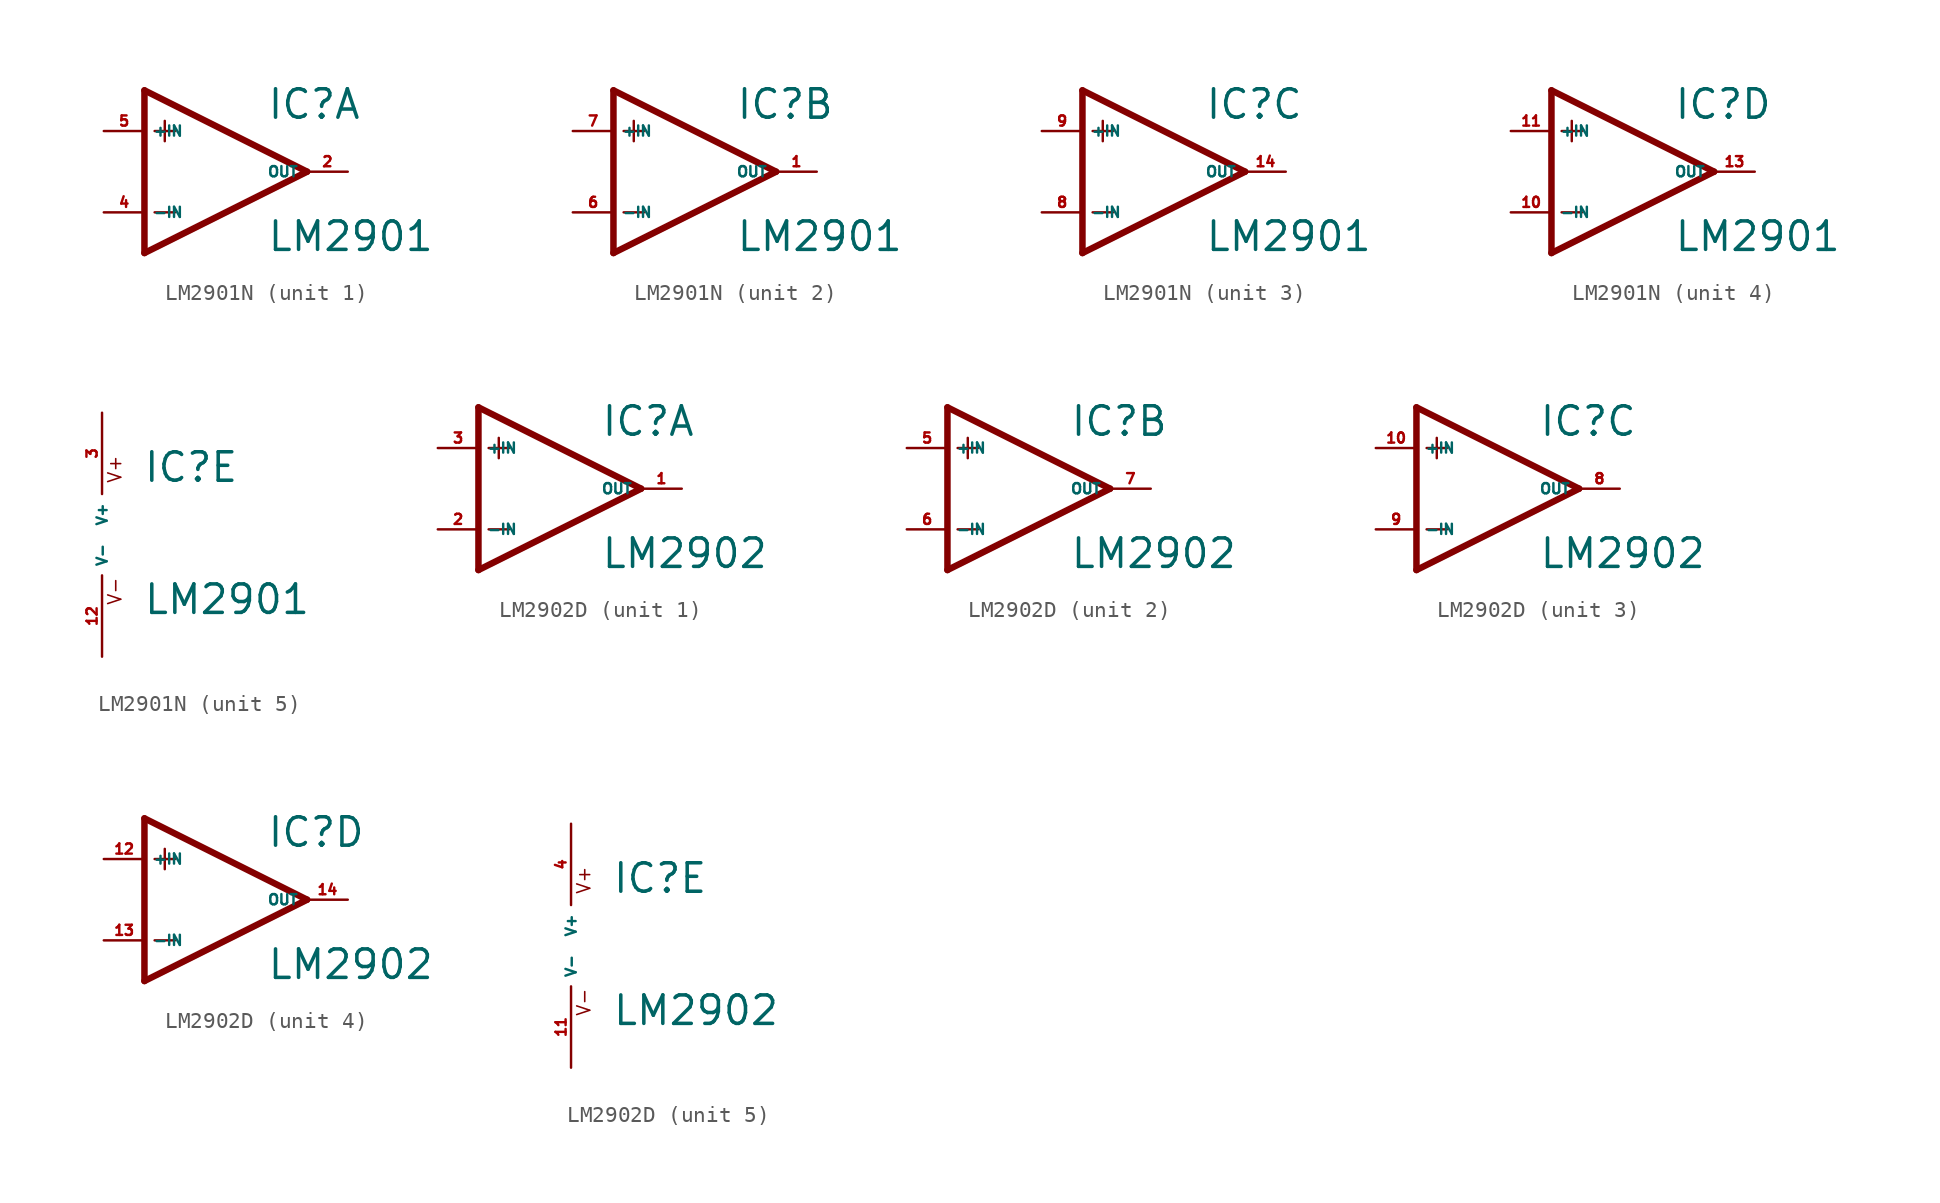
<source format=kicad_sym>
(kicad_symbol_lib
  (version 20220914)
  (generator Eagle2Kicad)
  (symbol "LM2901N"
    (property "Reference" "IC"
      (at 2.54 3.175 0)
      (effects (font (size 1.778 1.778) (thickness 0.22)) (justify left bottom)))
    (property "Value" "LM2901"
      (at 2.54 -5.08 0)
      (effects (font (size 1.778 1.778) (thickness 0.22)) (justify left bottom)))
    (symbol "LM2901N_1_0"
      (polyline (pts (xy -5.08 5.08) (xy -5.08 -5.08)) (stroke (width 0.406) (type default)) (fill (type none)))
      (polyline (pts (xy -5.08 -5.08) (xy 5.08 0)) (stroke (width 0.406) (type default)) (fill (type none)))
      (polyline (pts (xy 5.08 0) (xy -5.08 5.08)) (stroke (width 0.406) (type default)) (fill (type none)))
      (polyline (pts (xy -3.81 3.175) (xy -3.81 1.905)) (stroke (width 0.152) (type default)) (fill (type none)))
      (polyline (pts (xy -4.445 2.54) (xy -3.175 2.54)) (stroke (width 0.152) (type default)) (fill (type none)))
      (polyline (pts (xy -4.445 -2.54) (xy -3.175 -2.54)) (stroke (width 0.152) (type default)) (fill (type none)))
      (pin input line (at -7.62 -2.54 0) (length 2.54) (name "-IN" (effects (font (size 0.635 0.635) (thickness 0.08)) (justify left bottom))) (number "4" (effects (font (size 0.635 0.635) (thickness 0.08)) (justify left bottom))))
      (pin input line (at -7.62 2.54 0) (length 2.54) (name "+IN" (effects (font (size 0.635 0.635) (thickness 0.08)) (justify left bottom))) (number "5" (effects (font (size 0.635 0.635) (thickness 0.08)) (justify left bottom))))
      (pin output line (at 7.62 0 180) (length 2.54) (name "OUT" (effects (font (size 0.635 0.635) (thickness 0.08)) (justify left bottom))) (number "2" (effects (font (size 0.635 0.635) (thickness 0.08)) (justify left bottom)))))
    (symbol "LM2901N_2_0"
      (polyline (pts (xy -5.08 5.08) (xy -5.08 -5.08)) (stroke (width 0.406) (type default)) (fill (type none)))
      (polyline (pts (xy -5.08 -5.08) (xy 5.08 0)) (stroke (width 0.406) (type default)) (fill (type none)))
      (polyline (pts (xy 5.08 0) (xy -5.08 5.08)) (stroke (width 0.406) (type default)) (fill (type none)))
      (polyline (pts (xy -3.81 3.175) (xy -3.81 1.905)) (stroke (width 0.152) (type default)) (fill (type none)))
      (polyline (pts (xy -4.445 2.54) (xy -3.175 2.54)) (stroke (width 0.152) (type default)) (fill (type none)))
      (polyline (pts (xy -4.445 -2.54) (xy -3.175 -2.54)) (stroke (width 0.152) (type default)) (fill (type none)))
      (pin input line (at -7.62 -2.54 0) (length 2.54) (name "-IN" (effects (font (size 0.635 0.635) (thickness 0.08)) (justify left bottom))) (number "6" (effects (font (size 0.635 0.635) (thickness 0.08)) (justify left bottom))))
      (pin input line (at -7.62 2.54 0) (length 2.54) (name "+IN" (effects (font (size 0.635 0.635) (thickness 0.08)) (justify left bottom))) (number "7" (effects (font (size 0.635 0.635) (thickness 0.08)) (justify left bottom))))
      (pin output line (at 7.62 0 180) (length 2.54) (name "OUT" (effects (font (size 0.635 0.635) (thickness 0.08)) (justify left bottom))) (number "1" (effects (font (size 0.635 0.635) (thickness 0.08)) (justify left bottom)))))
    (symbol "LM2901N_3_0"
      (polyline (pts (xy -5.08 5.08) (xy -5.08 -5.08)) (stroke (width 0.406) (type default)) (fill (type none)))
      (polyline (pts (xy -5.08 -5.08) (xy 5.08 0)) (stroke (width 0.406) (type default)) (fill (type none)))
      (polyline (pts (xy 5.08 0) (xy -5.08 5.08)) (stroke (width 0.406) (type default)) (fill (type none)))
      (polyline (pts (xy -3.81 3.175) (xy -3.81 1.905)) (stroke (width 0.152) (type default)) (fill (type none)))
      (polyline (pts (xy -4.445 2.54) (xy -3.175 2.54)) (stroke (width 0.152) (type default)) (fill (type none)))
      (polyline (pts (xy -4.445 -2.54) (xy -3.175 -2.54)) (stroke (width 0.152) (type default)) (fill (type none)))
      (pin input line (at -7.62 -2.54 0) (length 2.54) (name "-IN" (effects (font (size 0.635 0.635) (thickness 0.08)) (justify left bottom))) (number "8" (effects (font (size 0.635 0.635) (thickness 0.08)) (justify left bottom))))
      (pin input line (at -7.62 2.54 0) (length 2.54) (name "+IN" (effects (font (size 0.635 0.635) (thickness 0.08)) (justify left bottom))) (number "9" (effects (font (size 0.635 0.635) (thickness 0.08)) (justify left bottom))))
      (pin output line (at 7.62 0 180) (length 2.54) (name "OUT" (effects (font (size 0.635 0.635) (thickness 0.08)) (justify left bottom))) (number "14" (effects (font (size 0.635 0.635) (thickness 0.08)) (justify left bottom)))))
    (symbol "LM2901N_4_0"
      (polyline (pts (xy -5.08 5.08) (xy -5.08 -5.08)) (stroke (width 0.406) (type default)) (fill (type none)))
      (polyline (pts (xy -5.08 -5.08) (xy 5.08 0)) (stroke (width 0.406) (type default)) (fill (type none)))
      (polyline (pts (xy 5.08 0) (xy -5.08 5.08)) (stroke (width 0.406) (type default)) (fill (type none)))
      (polyline (pts (xy -3.81 3.175) (xy -3.81 1.905)) (stroke (width 0.152) (type default)) (fill (type none)))
      (polyline (pts (xy -4.445 2.54) (xy -3.175 2.54)) (stroke (width 0.152) (type default)) (fill (type none)))
      (polyline (pts (xy -4.445 -2.54) (xy -3.175 -2.54)) (stroke (width 0.152) (type default)) (fill (type none)))
      (pin input line (at -7.62 -2.54 0) (length 2.54) (name "-IN" (effects (font (size 0.635 0.635) (thickness 0.08)) (justify left bottom))) (number "10" (effects (font (size 0.635 0.635) (thickness 0.08)) (justify left bottom))))
      (pin input line (at -7.62 2.54 0) (length 2.54) (name "+IN" (effects (font (size 0.635 0.635) (thickness 0.08)) (justify left bottom))) (number "11" (effects (font (size 0.635 0.635) (thickness 0.08)) (justify left bottom))))
      (pin output line (at 7.62 0 180) (length 2.54) (name "OUT" (effects (font (size 0.635 0.635) (thickness 0.08)) (justify left bottom))) (number "13" (effects (font (size 0.635 0.635) (thickness 0.08)) (justify left bottom)))))
    (symbol "LM2901N_5_0"
      (text "V+" (at 1.27 3.175 900) (effects (font (size 0.813 0.813) (thickness 0.10)) (justify left bottom)))
      (text "V-" (at 1.27 -4.445 900) (effects (font (size 0.813 0.813) (thickness 0.10)) (justify left bottom)))
      (pin unspecified line (at 0 7.62 270) (length 5.08) (name "V+" (effects (font (size 0.635 0.635) (thickness 0.08)) (justify left bottom))) (number "3" (effects (font (size 0.635 0.635) (thickness 0.08)) (justify left bottom))))
      (pin unspecified line (at 0 -7.62 90) (length 5.08) (name "V-" (effects (font (size 0.635 0.635) (thickness 0.08)) (justify left bottom))) (number "12" (effects (font (size 0.635 0.635) (thickness 0.08)) (justify left bottom))))))
  (symbol "LM2902D"
    (property "Reference" "IC"
      (at 2.54 3.175 0)
      (effects (font (size 1.778 1.778) (thickness 0.22)) (justify left bottom)))
    (property "Value" "LM2902"
      (at 2.54 -5.08 0)
      (effects (font (size 1.778 1.778) (thickness 0.22)) (justify left bottom)))
    (symbol "LM2902D_1_0"
      (polyline (pts (xy -5.08 5.08) (xy -5.08 -5.08)) (stroke (width 0.406) (type default)) (fill (type none)))
      (polyline (pts (xy -5.08 -5.08) (xy 5.08 0)) (stroke (width 0.406) (type default)) (fill (type none)))
      (polyline (pts (xy 5.08 0) (xy -5.08 5.08)) (stroke (width 0.406) (type default)) (fill (type none)))
      (polyline (pts (xy -3.81 3.175) (xy -3.81 1.905)) (stroke (width 0.152) (type default)) (fill (type none)))
      (polyline (pts (xy -4.445 2.54) (xy -3.175 2.54)) (stroke (width 0.152) (type default)) (fill (type none)))
      (polyline (pts (xy -4.445 -2.54) (xy -3.175 -2.54)) (stroke (width 0.152) (type default)) (fill (type none)))
      (pin input line (at -7.62 -2.54 0) (length 2.54) (name "-IN" (effects (font (size 0.635 0.635) (thickness 0.08)) (justify left bottom))) (number "2" (effects (font (size 0.635 0.635) (thickness 0.08)) (justify left bottom))))
      (pin input line (at -7.62 2.54 0) (length 2.54) (name "+IN" (effects (font (size 0.635 0.635) (thickness 0.08)) (justify left bottom))) (number "3" (effects (font (size 0.635 0.635) (thickness 0.08)) (justify left bottom))))
      (pin output line (at 7.62 0 180) (length 2.54) (name "OUT" (effects (font (size 0.635 0.635) (thickness 0.08)) (justify left bottom))) (number "1" (effects (font (size 0.635 0.635) (thickness 0.08)) (justify left bottom)))))
    (symbol "LM2902D_2_0"
      (polyline (pts (xy -5.08 5.08) (xy -5.08 -5.08)) (stroke (width 0.406) (type default)) (fill (type none)))
      (polyline (pts (xy -5.08 -5.08) (xy 5.08 0)) (stroke (width 0.406) (type default)) (fill (type none)))
      (polyline (pts (xy 5.08 0) (xy -5.08 5.08)) (stroke (width 0.406) (type default)) (fill (type none)))
      (polyline (pts (xy -3.81 3.175) (xy -3.81 1.905)) (stroke (width 0.152) (type default)) (fill (type none)))
      (polyline (pts (xy -4.445 2.54) (xy -3.175 2.54)) (stroke (width 0.152) (type default)) (fill (type none)))
      (polyline (pts (xy -4.445 -2.54) (xy -3.175 -2.54)) (stroke (width 0.152) (type default)) (fill (type none)))
      (pin input line (at -7.62 -2.54 0) (length 2.54) (name "-IN" (effects (font (size 0.635 0.635) (thickness 0.08)) (justify left bottom))) (number "6" (effects (font (size 0.635 0.635) (thickness 0.08)) (justify left bottom))))
      (pin input line (at -7.62 2.54 0) (length 2.54) (name "+IN" (effects (font (size 0.635 0.635) (thickness 0.08)) (justify left bottom))) (number "5" (effects (font (size 0.635 0.635) (thickness 0.08)) (justify left bottom))))
      (pin output line (at 7.62 0 180) (length 2.54) (name "OUT" (effects (font (size 0.635 0.635) (thickness 0.08)) (justify left bottom))) (number "7" (effects (font (size 0.635 0.635) (thickness 0.08)) (justify left bottom)))))
    (symbol "LM2902D_3_0"
      (polyline (pts (xy -5.08 5.08) (xy -5.08 -5.08)) (stroke (width 0.406) (type default)) (fill (type none)))
      (polyline (pts (xy -5.08 -5.08) (xy 5.08 0)) (stroke (width 0.406) (type default)) (fill (type none)))
      (polyline (pts (xy 5.08 0) (xy -5.08 5.08)) (stroke (width 0.406) (type default)) (fill (type none)))
      (polyline (pts (xy -3.81 3.175) (xy -3.81 1.905)) (stroke (width 0.152) (type default)) (fill (type none)))
      (polyline (pts (xy -4.445 2.54) (xy -3.175 2.54)) (stroke (width 0.152) (type default)) (fill (type none)))
      (polyline (pts (xy -4.445 -2.54) (xy -3.175 -2.54)) (stroke (width 0.152) (type default)) (fill (type none)))
      (pin input line (at -7.62 -2.54 0) (length 2.54) (name "-IN" (effects (font (size 0.635 0.635) (thickness 0.08)) (justify left bottom))) (number "9" (effects (font (size 0.635 0.635) (thickness 0.08)) (justify left bottom))))
      (pin input line (at -7.62 2.54 0) (length 2.54) (name "+IN" (effects (font (size 0.635 0.635) (thickness 0.08)) (justify left bottom))) (number "10" (effects (font (size 0.635 0.635) (thickness 0.08)) (justify left bottom))))
      (pin output line (at 7.62 0 180) (length 2.54) (name "OUT" (effects (font (size 0.635 0.635) (thickness 0.08)) (justify left bottom))) (number "8" (effects (font (size 0.635 0.635) (thickness 0.08)) (justify left bottom)))))
    (symbol "LM2902D_4_0"
      (polyline (pts (xy -5.08 5.08) (xy -5.08 -5.08)) (stroke (width 0.406) (type default)) (fill (type none)))
      (polyline (pts (xy -5.08 -5.08) (xy 5.08 0)) (stroke (width 0.406) (type default)) (fill (type none)))
      (polyline (pts (xy 5.08 0) (xy -5.08 5.08)) (stroke (width 0.406) (type default)) (fill (type none)))
      (polyline (pts (xy -3.81 3.175) (xy -3.81 1.905)) (stroke (width 0.152) (type default)) (fill (type none)))
      (polyline (pts (xy -4.445 2.54) (xy -3.175 2.54)) (stroke (width 0.152) (type default)) (fill (type none)))
      (polyline (pts (xy -4.445 -2.54) (xy -3.175 -2.54)) (stroke (width 0.152) (type default)) (fill (type none)))
      (pin input line (at -7.62 -2.54 0) (length 2.54) (name "-IN" (effects (font (size 0.635 0.635) (thickness 0.08)) (justify left bottom))) (number "13" (effects (font (size 0.635 0.635) (thickness 0.08)) (justify left bottom))))
      (pin input line (at -7.62 2.54 0) (length 2.54) (name "+IN" (effects (font (size 0.635 0.635) (thickness 0.08)) (justify left bottom))) (number "12" (effects (font (size 0.635 0.635) (thickness 0.08)) (justify left bottom))))
      (pin output line (at 7.62 0 180) (length 2.54) (name "OUT" (effects (font (size 0.635 0.635) (thickness 0.08)) (justify left bottom))) (number "14" (effects (font (size 0.635 0.635) (thickness 0.08)) (justify left bottom)))))
    (symbol "LM2902D_5_0"
      (text "V+" (at 1.27 3.175 900) (effects (font (size 0.813 0.813) (thickness 0.10)) (justify left bottom)))
      (text "V-" (at 1.27 -4.445 900) (effects (font (size 0.813 0.813) (thickness 0.10)) (justify left bottom)))
      (pin unspecified line (at 0 7.62 270) (length 5.08) (name "V+" (effects (font (size 0.635 0.635) (thickness 0.08)) (justify left bottom))) (number "4" (effects (font (size 0.635 0.635) (thickness 0.08)) (justify left bottom))))
      (pin unspecified line (at 0 -7.62 90) (length 5.08) (name "V-" (effects (font (size 0.635 0.635) (thickness 0.08)) (justify left bottom))) (number "11" (effects (font (size 0.635 0.635) (thickness 0.08)) (justify left bottom)))))))
</source>
